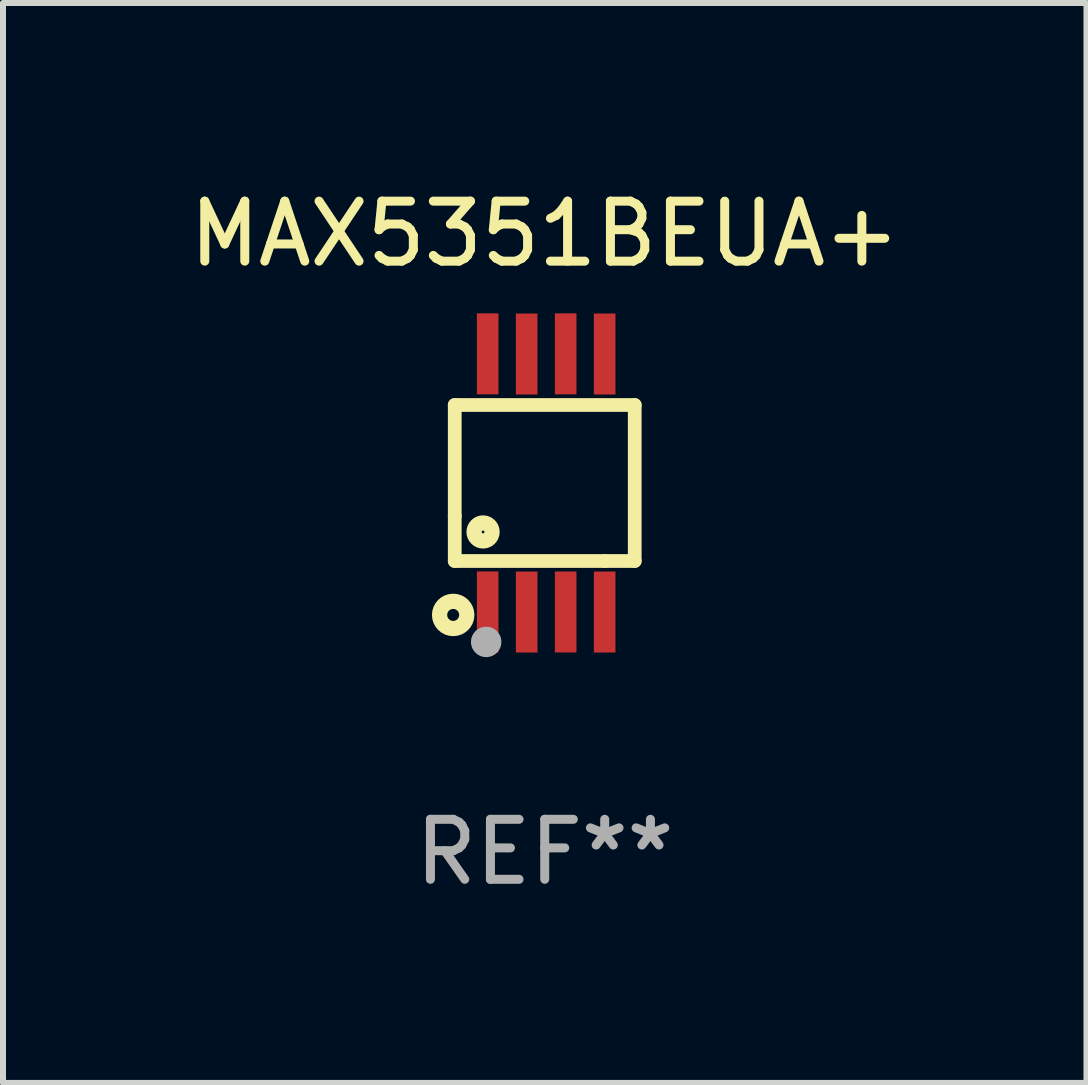
<source format=kicad_pcb>
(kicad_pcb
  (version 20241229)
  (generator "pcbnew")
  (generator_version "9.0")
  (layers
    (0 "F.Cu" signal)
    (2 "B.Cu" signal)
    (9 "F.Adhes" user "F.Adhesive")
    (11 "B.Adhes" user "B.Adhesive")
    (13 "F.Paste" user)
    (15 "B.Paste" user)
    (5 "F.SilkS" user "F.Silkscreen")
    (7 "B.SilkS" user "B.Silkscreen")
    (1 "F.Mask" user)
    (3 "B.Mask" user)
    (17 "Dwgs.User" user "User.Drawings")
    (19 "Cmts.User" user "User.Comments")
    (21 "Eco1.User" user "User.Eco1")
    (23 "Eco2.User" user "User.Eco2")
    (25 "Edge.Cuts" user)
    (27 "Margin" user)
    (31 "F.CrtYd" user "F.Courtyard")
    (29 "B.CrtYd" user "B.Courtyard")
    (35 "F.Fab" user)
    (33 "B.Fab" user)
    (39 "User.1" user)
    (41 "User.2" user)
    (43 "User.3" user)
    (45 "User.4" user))
  (footprint "MAX5351BEUA+"
    (layer "F.Cu")
    (at 6.03 5)
    (property "Reference" "MAX5351BEUA+" (at 0 -4.152 0) (layer "F.SilkS") (effects (font (size 1 1) (thickness 0.15))))
    (attr through_hole)
    (fp_line (start -1.5 1.301) (end 1 1.301) (stroke (width 0.229) (type solid)) (layer "F.SilkS"))
    (fp_line (start -1.5 -1.299) (end -1.5 0.551) (stroke (width 0.229) (type solid)) (layer "F.SilkS"))
    (fp_line (start -1.5 0.551) (end -1.5 1.301) (stroke (width 0.229) (type solid)) (layer "F.SilkS"))
    (fp_line (start 1 1.301) (end 1.5 1.301) (stroke (width 0.229) (type solid)) (layer "F.SilkS"))
    (fp_line (start 1.5 1.301) (end 1.5 -1.299) (stroke (width 0.229) (type solid)) (layer "F.SilkS"))
    (fp_line (start 1.5 -1.299) (end -1.5 -1.299) (stroke (width 0.229) (type solid)) (layer "F.SilkS"))
    (fp_circle (center -1.526 2.2) (end -1.426 2.2) (stroke (width 0.254) (type solid)) (fill no) (layer "F.SilkS"))
    (fp_circle (center -1.476 2.45) (end -1.446 2.45) (stroke (width 0.06) (type solid)) (fill no) (layer "F.SilkS"))
    (fp_circle (center -1.028 0.817) (end -0.878 0.817) (stroke (width 0.254) (type solid)) (fill no) (layer "F.SilkS"))
    (fp_circle (center -0.976 2.65) (end -0.849 2.65) (stroke (width 0.254) (type solid)) (fill no) (layer "F.Fab"))
    (fp_text user "REF**" (at 0 6.152 0) (layer "F.Fab") (effects (font (size 1 1) (thickness 0.15))))
    (pad "1" smd rect (at -0.951 2.15) (size 0.36 1.35) (layers "F.Cu" "F.Mask" "F.Paste"))
    (pad "2" smd rect (at -0.301 2.152) (size 0.36 1.35) (layers "F.Cu" "F.Mask" "F.Paste"))
    (pad "3" smd rect (at 0.349 2.151) (size 0.36 1.35) (layers "F.Cu" "F.Mask" "F.Paste"))
    (pad "4" smd rect (at 0.999 2.152) (size 0.36 1.35) (layers "F.Cu" "F.Mask" "F.Paste"))
    (pad "5" smd rect (at 0.999 -2.149) (size 0.36 1.35) (layers "F.Cu" "F.Mask" "F.Paste"))
    (pad "6" smd rect (at 0.349 -2.152) (size 0.36 1.35) (layers "F.Cu" "F.Mask" "F.Paste"))
    (pad "7" smd rect (at -0.301 -2.149) (size 0.36 1.35) (layers "F.Cu" "F.Mask" "F.Paste"))
    (pad "8" smd rect (at -0.951 -2.152) (size 0.36 1.35) (layers "F.Cu" "F.Mask" "F.Paste")))
  (gr_rect
    (start -3 -3)
    (end 15.06 15.001)
    (stroke (width 0.1) (type default))
    (fill no)
    (layer "Edge.Cuts")))
</source>
